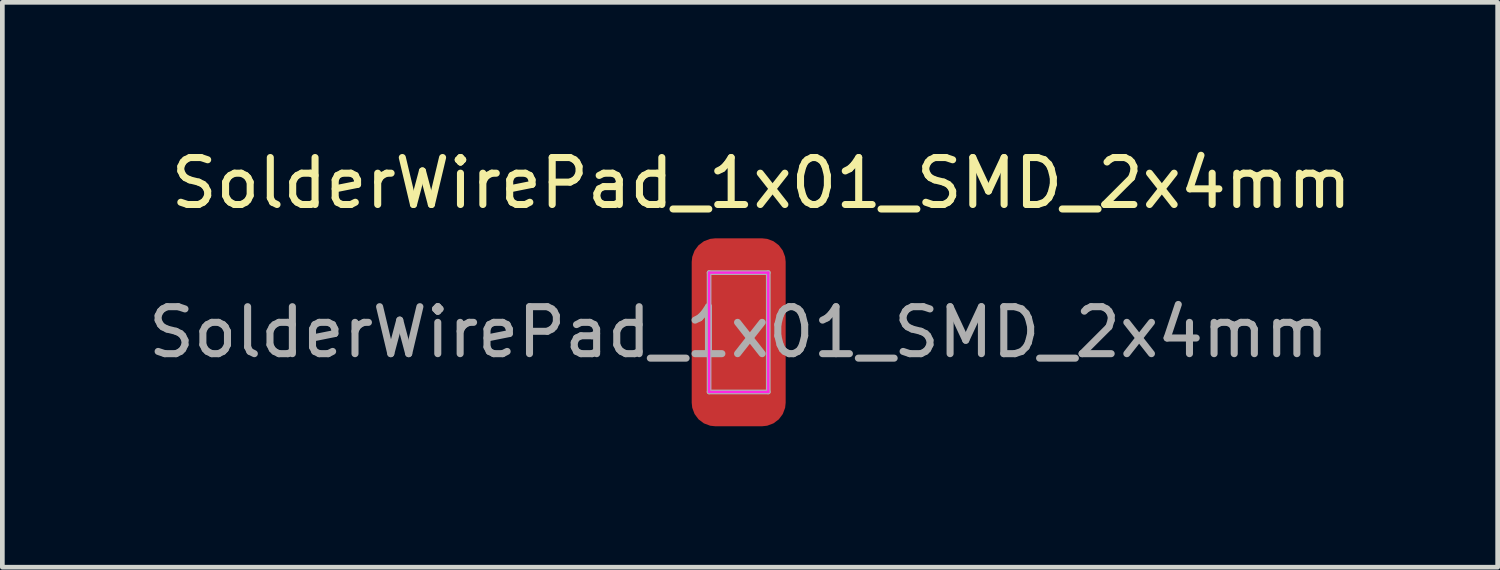
<source format=kicad_pcb>
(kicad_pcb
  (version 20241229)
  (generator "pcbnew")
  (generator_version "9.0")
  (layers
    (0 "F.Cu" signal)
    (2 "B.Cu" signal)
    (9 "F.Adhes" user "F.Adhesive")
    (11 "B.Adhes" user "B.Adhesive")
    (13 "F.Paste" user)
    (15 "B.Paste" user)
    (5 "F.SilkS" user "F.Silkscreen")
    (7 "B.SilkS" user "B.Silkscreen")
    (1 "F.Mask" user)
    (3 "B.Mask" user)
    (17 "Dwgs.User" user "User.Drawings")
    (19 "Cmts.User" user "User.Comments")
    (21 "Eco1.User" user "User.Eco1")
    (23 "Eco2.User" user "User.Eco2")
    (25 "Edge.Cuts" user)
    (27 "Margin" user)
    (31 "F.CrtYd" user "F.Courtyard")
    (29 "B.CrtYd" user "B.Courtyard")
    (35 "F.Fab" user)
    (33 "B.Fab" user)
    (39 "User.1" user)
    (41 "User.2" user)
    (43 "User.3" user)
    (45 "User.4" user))
  (footprint "SolderWirePad_1x01_SMD_2x4mm"
    (layer "F.Cu")
    (at 12.673 4.023)
    (property "Reference" "SolderWirePad_1x01_SMD_2x4mm" (at 0.483 -3.175 0) (layer "F.SilkS") (effects (font (size 1 1) (thickness 0.15))))
    (attr exclude_from_pos_files exclude_from_bom)
    (fp_line (start -0.63 -1.27) (end -0.63 1.27) (stroke (width 0.05) (type solid)) (layer "F.CrtYd"))
    (fp_line (start -0.63 1.27) (end 0.63 1.27) (stroke (width 0.05) (type solid)) (layer "F.CrtYd"))
    (fp_line (start 0.63 -1.27) (end -0.63 -1.27) (stroke (width 0.05) (type solid)) (layer "F.CrtYd"))
    (fp_line (start 0.63 1.27) (end 0.63 -1.27) (stroke (width 0.05) (type solid)) (layer "F.CrtYd"))
    (fp_line (start -0.63 -1.27) (end 0.63 -1.27) (stroke (width 0.1) (type solid)) (layer "F.Fab"))
    (fp_line (start -0.63 1.27) (end -0.63 -1.27) (stroke (width 0.1) (type solid)) (layer "F.Fab"))
    (fp_line (start 0.63 -1.27) (end 0.63 1.27) (stroke (width 0.1) (type solid)) (layer "F.Fab"))
    (fp_line (start 0.63 1.27) (end -0.63 1.27) (stroke (width 0.1) (type solid)) (layer "F.Fab"))
    (fp_text user "${REFERENCE}" (at 0 0 0) (layer "F.Fab") (effects (font (size 1 1) (thickness 0.15))))
    (pad "1" smd roundrect (at 0 0) (size 2 4) (layers "F.Cu" "F.Mask" "F.Paste") (roundrect_rratio 0.25)))
  (gr_rect
    (start -3 -3)
    (end 28.828 9.023)
    (stroke (width 0.1) (type default))
    (fill no)
    (layer "Edge.Cuts")))
</source>
